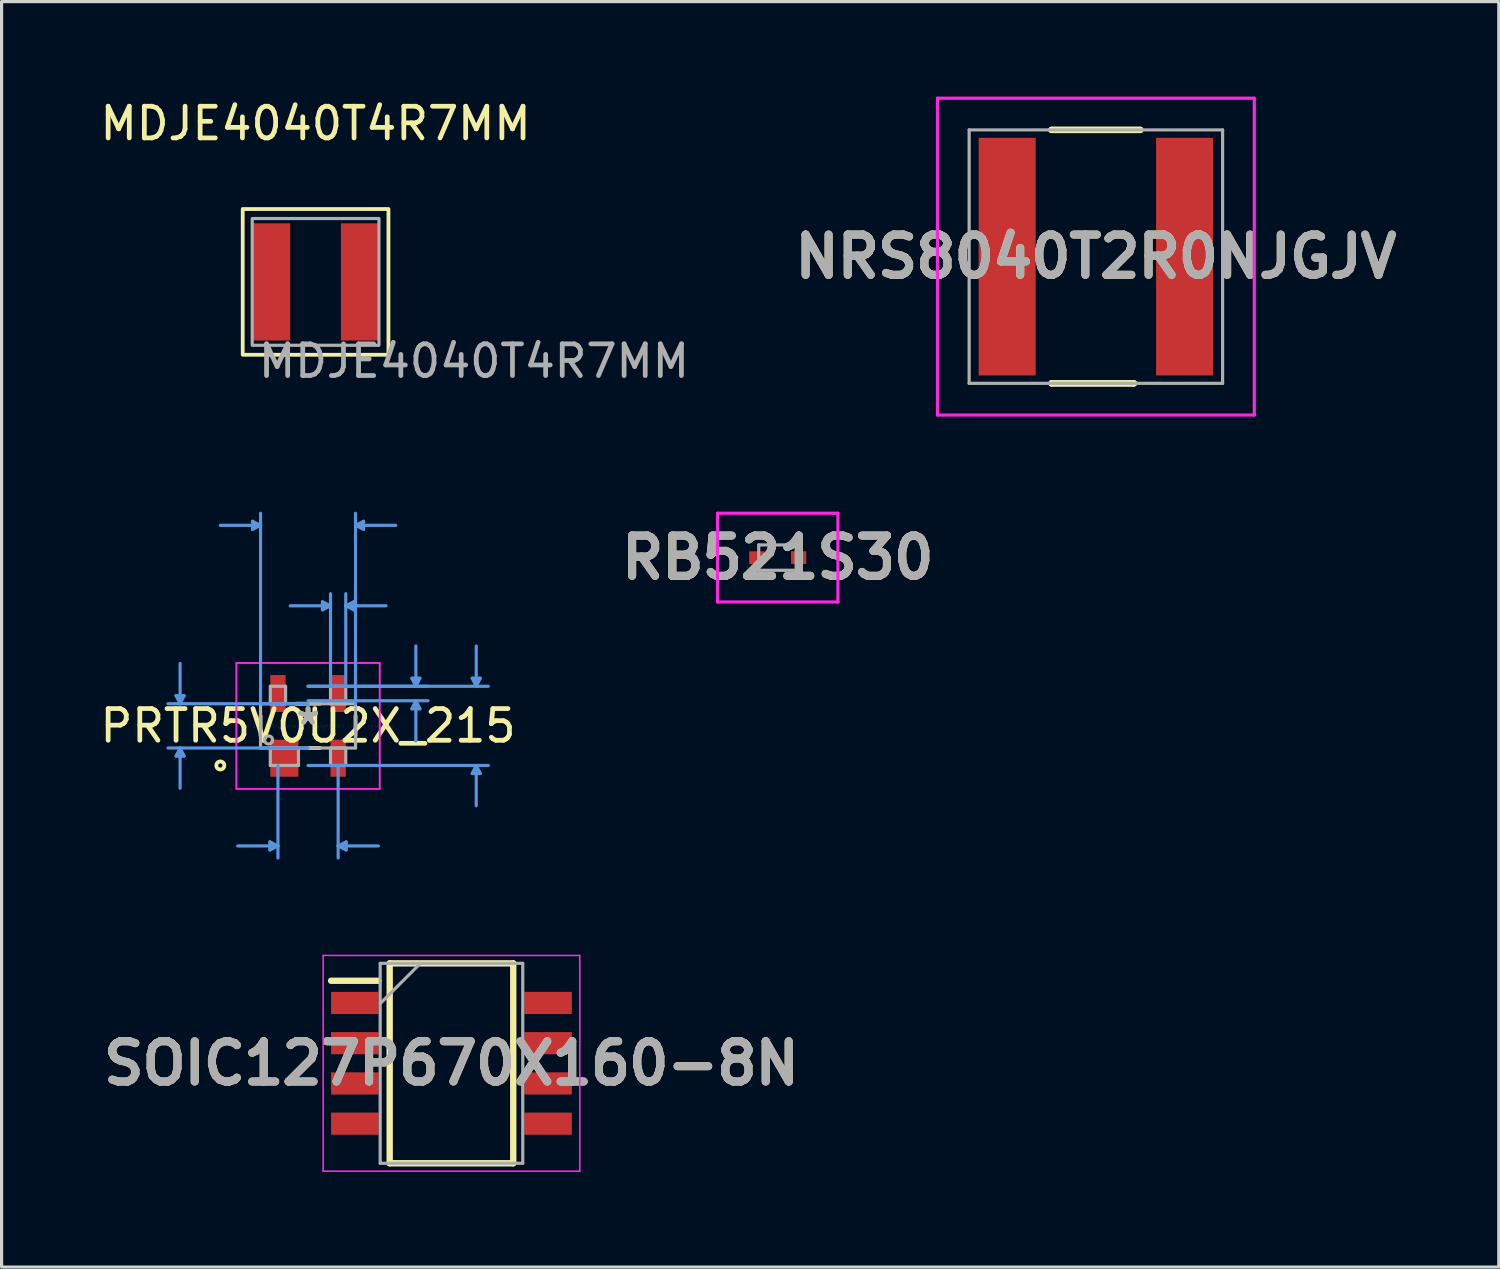
<source format=kicad_pcb>
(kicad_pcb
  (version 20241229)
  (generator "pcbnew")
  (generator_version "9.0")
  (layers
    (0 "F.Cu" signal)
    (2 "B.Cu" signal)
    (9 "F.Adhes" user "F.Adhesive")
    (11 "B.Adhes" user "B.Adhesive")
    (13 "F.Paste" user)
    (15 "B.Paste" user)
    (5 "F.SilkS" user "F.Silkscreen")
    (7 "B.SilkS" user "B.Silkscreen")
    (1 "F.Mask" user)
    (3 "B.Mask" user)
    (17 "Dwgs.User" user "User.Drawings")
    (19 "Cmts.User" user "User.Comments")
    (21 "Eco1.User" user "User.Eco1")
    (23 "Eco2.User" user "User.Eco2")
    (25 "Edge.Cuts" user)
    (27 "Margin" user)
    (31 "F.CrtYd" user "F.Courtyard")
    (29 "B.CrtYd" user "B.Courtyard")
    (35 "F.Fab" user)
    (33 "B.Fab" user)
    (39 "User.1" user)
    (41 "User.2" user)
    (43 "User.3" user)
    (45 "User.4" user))
  (footprint "RB521S30"
    (layer "F.Cu")
    (at 21.498 14.55)
    (property "Reference" "RB521S30" (at 0 0 0) (layer "F.SilkS") (effects (font (size 1.27 1.27) (thickness 0.254))))
    (attr smd)
    (fp_line (start -1.4 0) (end -1.4 0) (stroke (width 0.1) (type solid)) (layer "F.SilkS"))
    (fp_line (start -1.3 0) (end -1.3 0) (stroke (width 0.1) (type solid)) (layer "F.SilkS"))
    (fp_arc (start -1.4 0) (mid -1.35 -0.05) (end -1.3 0) (stroke (width 0.1) (type solid)) (layer "F.SilkS"))
    (fp_arc (start -1.3 0) (mid -1.35 0.05) (end -1.4 0) (stroke (width 0.1) (type solid)) (layer "F.SilkS"))
    (fp_line (start -1.9 -1.4) (end 1.9 -1.4) (stroke (width 0.1) (type solid)) (layer "F.CrtYd"))
    (fp_line (start -1.9 1.4) (end -1.9 -1.4) (stroke (width 0.1) (type solid)) (layer "F.CrtYd"))
    (fp_line (start 1.9 -1.4) (end 1.9 1.4) (stroke (width 0.1) (type solid)) (layer "F.CrtYd"))
    (fp_line (start 1.9 1.4) (end -1.9 1.4) (stroke (width 0.1) (type solid)) (layer "F.CrtYd"))
    (fp_line (start -0.6 -0.4) (end -0.6 0.4) (stroke (width 0.1) (type solid)) (layer "F.Fab"))
    (fp_line (start -0.6 0.4) (end 0.6 0.4) (stroke (width 0.1) (type solid)) (layer "F.Fab"))
    (fp_line (start 0.6 -0.4) (end -0.6 -0.4) (stroke (width 0.1) (type solid)) (layer "F.Fab"))
    (fp_line (start 0.6 0.4) (end 0.6 -0.4) (stroke (width 0.1) (type solid)) (layer "F.Fab"))
    (fp_text user "${REFERENCE}" (at 0 0 0) (layer "F.Fab") (effects (font (size 1.27 1.27) (thickness 0.254))))
    (pad "1" smd rect (at -0.66 0 90) (size 0.4 0.48) (layers "F.Cu" "F.Mask" "F.Paste"))
    (pad "2" smd rect (at 0.66 0 90) (size 0.4 0.48) (layers "F.Cu" "F.Mask" "F.Paste")))
  (footprint "SOIC127P670X160-8N"
    (layer "F.Cu")
    (at 11.2 30.512)
    (property "Reference" "SOIC127P670X160-8N" (at 0 0 0) (layer "F.SilkS") (effects (font (size 1.27 1.27) (thickness 0.254))))
    (attr smd)
    (fp_line (start -3.8 -2.605) (end -2.3 -2.605) (stroke (width 0.2) (type solid)) (layer "F.SilkS"))
    (fp_line (start -1.95 -3.155) (end 1.95 -3.155) (stroke (width 0.2) (type solid)) (layer "F.SilkS"))
    (fp_line (start -1.95 3.155) (end -1.95 -3.155) (stroke (width 0.2) (type solid)) (layer "F.SilkS"))
    (fp_line (start 1.95 -3.155) (end 1.95 3.155) (stroke (width 0.2) (type solid)) (layer "F.SilkS"))
    (fp_line (start 1.95 3.155) (end -1.95 3.155) (stroke (width 0.2) (type solid)) (layer "F.SilkS"))
    (fp_line (start -4.05 -3.405) (end 4.05 -3.405) (stroke (width 0.05) (type solid)) (layer "F.CrtYd"))
    (fp_line (start -4.05 3.405) (end -4.05 -3.405) (stroke (width 0.05) (type solid)) (layer "F.CrtYd"))
    (fp_line (start 4.05 -3.405) (end 4.05 3.405) (stroke (width 0.05) (type solid)) (layer "F.CrtYd"))
    (fp_line (start 4.05 3.405) (end -4.05 3.405) (stroke (width 0.05) (type solid)) (layer "F.CrtYd"))
    (fp_line (start -2.25 -3.155) (end 2.25 -3.155) (stroke (width 0.1) (type solid)) (layer "F.Fab"))
    (fp_line (start -2.25 -1.885) (end -0.98 -3.155) (stroke (width 0.1) (type solid)) (layer "F.Fab"))
    (fp_line (start -2.25 3.155) (end -2.25 -3.155) (stroke (width 0.1) (type solid)) (layer "F.Fab"))
    (fp_line (start 2.25 -3.155) (end 2.25 3.155) (stroke (width 0.1) (type solid)) (layer "F.Fab"))
    (fp_line (start 2.25 3.155) (end -2.25 3.155) (stroke (width 0.1) (type solid)) (layer "F.Fab"))
    (fp_text user "${REFERENCE}" (at 0 0 0) (layer "F.Fab") (effects (font (size 1.27 1.27) (thickness 0.254))))
    (pad "1" smd rect (at -3.05 -1.905 90) (size 0.7 1.5) (layers "F.Cu" "F.Mask" "F.Paste"))
    (pad "2" smd rect (at -3.05 -0.635 90) (size 0.7 1.5) (layers "F.Cu" "F.Mask" "F.Paste"))
    (pad "3" smd rect (at -3.05 0.635 90) (size 0.7 1.5) (layers "F.Cu" "F.Mask" "F.Paste"))
    (pad "4" smd rect (at -3.05 1.905 90) (size 0.7 1.5) (layers "F.Cu" "F.Mask" "F.Paste"))
    (pad "5" smd rect (at 3.05 1.905 90) (size 0.7 1.5) (layers "F.Cu" "F.Mask" "F.Paste"))
    (pad "6" smd rect (at 3.05 0.635 90) (size 0.7 1.5) (layers "F.Cu" "F.Mask" "F.Paste"))
    (pad "7" smd rect (at 3.05 -0.635 90) (size 0.7 1.5) (layers "F.Cu" "F.Mask" "F.Paste"))
    (pad "8" smd rect (at 3.05 -1.905 90) (size 0.7 1.5) (layers "F.Cu" "F.Mask" "F.Paste")))
  (footprint "MDJE4040T4R7MM"
    (layer "F.Cu")
    (at 6.911 5.848)
    (property "Reference" "MDJE4040T4R7MM" (at 0 -5 0) (unlocked yes) (layer "F.SilkS") (effects (font (size 1 1) (thickness 0.15))))
    (attr smd)
    (fp_rect (start -2.3 -2.3) (end 2.3 2.3) (stroke (width 0.12) (type solid)) (fill no) (layer "F.SilkS"))
    (fp_rect (start -2 -2) (end 2 2) (stroke (width 0.1) (type solid)) (fill no) (layer "F.Fab"))
    (fp_text user "${REFERENCE}" (at 5 2.5 0) (unlocked yes) (layer "F.Fab") (effects (font (size 1 1) (thickness 0.15))))
    (pad "1" smd rect (at -1.4 0) (size 1.2 3.7) (layers "F.Cu" "F.Mask" "F.Paste"))
    (pad "2" smd rect (at 1.4 0) (size 1.2 3.7) (layers "F.Cu" "F.Mask" "F.Paste")))
  (footprint "NRS8040T2R0NJGJV"
    (layer "F.Cu")
    (at 31.54 5.05)
    (property "Reference" "NRS8040T2R0NJGJV" (at 0 0 0) (layer "F.SilkS") (effects (font (size 1.27 1.27) (thickness 0.254))))
    (attr smd)
    (fp_line (start -1.4 -4) (end -1.4 -4) (stroke (width 0.2) (type solid)) (layer "F.SilkS"))
    (fp_line (start -1.4 -4) (end 1.4 -4) (stroke (width 0.2) (type solid)) (layer "F.SilkS"))
    (fp_line (start -1.4 4) (end -1.4 4) (stroke (width 0.2) (type solid)) (layer "F.SilkS"))
    (fp_line (start -1.4 4) (end 1.2 4) (stroke (width 0.2) (type solid)) (layer "F.SilkS"))
    (fp_line (start 1.2 4) (end -1.4 4) (stroke (width 0.2) (type solid)) (layer "F.SilkS"))
    (fp_line (start 1.2 4) (end 1.2 4) (stroke (width 0.2) (type solid)) (layer "F.SilkS"))
    (fp_line (start 1.4 -4) (end -1.4 -4) (stroke (width 0.2) (type solid)) (layer "F.SilkS"))
    (fp_line (start 1.4 -4) (end 1.4 -4) (stroke (width 0.2) (type solid)) (layer "F.SilkS"))
    (fp_line (start -5 -5) (end 5 -5) (stroke (width 0.1) (type solid)) (layer "F.CrtYd"))
    (fp_line (start -5 5) (end -5 -5) (stroke (width 0.1) (type solid)) (layer "F.CrtYd"))
    (fp_line (start 5 -5) (end 5 5) (stroke (width 0.1) (type solid)) (layer "F.CrtYd"))
    (fp_line (start 5 5) (end -5 5) (stroke (width 0.1) (type solid)) (layer "F.CrtYd"))
    (fp_line (start -4 -4) (end -4 4) (stroke (width 0.1) (type solid)) (layer "F.Fab"))
    (fp_line (start -4 4) (end 4 4) (stroke (width 0.1) (type solid)) (layer "F.Fab"))
    (fp_line (start 4 -4) (end -4 -4) (stroke (width 0.1) (type solid)) (layer "F.Fab"))
    (fp_line (start 4 4) (end 4 -4) (stroke (width 0.1) (type solid)) (layer "F.Fab"))
    (fp_text user "${REFERENCE}" (at 0 0 0) (layer "F.Fab") (effects (font (size 1.27 1.27) (thickness 0.254))))
    (pad "1" smd rect (at -2.8 0) (size 1.8 7.5) (layers "F.Cu" "F.Mask" "F.Paste"))
    (pad "2" smd rect (at 2.8 0) (size 1.8 7.5) (layers "F.Cu" "F.Mask" "F.Paste")))
  (footprint "PRTR5V0U2X_215"
    (layer "F.Cu")
    (at 6.673 19.861)
    (property "Reference" "PRTR5V0U2X_215" (at 0 0 0) (layer "F.SilkS") (effects (font (size 1 1) (thickness 0.15))))
    (attr through_hole)
    (fp_line (start -1.499 0.31) (end -1.499 -0.31) (stroke (width 0.12) (type solid)) (layer "F.SilkS"))
    (fp_line (start -0.376 -0.699) (end 0.376 -0.699) (stroke (width 0.12) (type solid)) (layer "F.SilkS"))
    (fp_line (start 0.376 0.699) (end 0.03 0.699) (stroke (width 0.12) (type solid)) (layer "F.SilkS"))
    (fp_line (start 1.499 -0.31) (end 1.499 0.31) (stroke (width 0.12) (type solid)) (layer "F.SilkS"))
    (fp_circle (center -2.769 1.25) (end -2.642 1.25) (stroke (width 0.12) (type solid)) (fill no) (layer "F.SilkS"))
    (fp_line (start -4.166 -0.953) (end -3.912 -0.953) (stroke (width 0.1) (type solid)) (layer "Cmts.User"))
    (fp_line (start -4.166 0.953) (end -3.912 0.953) (stroke (width 0.1) (type solid)) (layer "Cmts.User"))
    (fp_line (start -4.039 -0.699) (end -4.166 -0.953) (stroke (width 0.1) (type solid)) (layer "Cmts.User"))
    (fp_line (start -4.039 -0.699) (end -4.039 -1.968) (stroke (width 0.1) (type solid)) (layer "Cmts.User"))
    (fp_line (start -4.039 -0.699) (end -3.912 -0.953) (stroke (width 0.1) (type solid)) (layer "Cmts.User"))
    (fp_line (start -4.039 0.699) (end -4.166 0.953) (stroke (width 0.1) (type solid)) (layer "Cmts.User"))
    (fp_line (start -4.039 0.699) (end -4.039 1.968) (stroke (width 0.1) (type solid)) (layer "Cmts.User"))
    (fp_line (start -4.039 0.699) (end -3.912 0.953) (stroke (width 0.1) (type solid)) (layer "Cmts.User"))
    (fp_line (start -1.753 -6.457) (end -1.753 -6.203) (stroke (width 0.1) (type solid)) (layer "Cmts.User"))
    (fp_line (start -1.499 -6.33) (end -2.769 -6.33) (stroke (width 0.1) (type solid)) (layer "Cmts.User"))
    (fp_line (start -1.499 -6.33) (end -1.753 -6.457) (stroke (width 0.1) (type solid)) (layer "Cmts.User"))
    (fp_line (start -1.499 -6.33) (end -1.753 -6.203) (stroke (width 0.1) (type solid)) (layer "Cmts.User"))
    (fp_line (start -1.499 -0.699) (end -1.499 -6.711) (stroke (width 0.1) (type solid)) (layer "Cmts.User"))
    (fp_line (start -1.204 3.663) (end -1.204 3.917) (stroke (width 0.1) (type solid)) (layer "Cmts.User"))
    (fp_line (start -0.95 1.25) (end -0.95 4.171) (stroke (width 0.1) (type solid)) (layer "Cmts.User"))
    (fp_line (start -0.95 3.79) (end -2.22 3.79) (stroke (width 0.1) (type solid)) (layer "Cmts.User"))
    (fp_line (start -0.95 3.79) (end -1.204 3.663) (stroke (width 0.1) (type solid)) (layer "Cmts.User"))
    (fp_line (start -0.95 3.79) (end -1.204 3.917) (stroke (width 0.1) (type solid)) (layer "Cmts.User"))
    (fp_line (start 0 -1.25) (end 3.785 -1.25) (stroke (width 0.1) (type solid)) (layer "Cmts.User"))
    (fp_line (start 0 -1.25) (end 5.69 -1.25) (stroke (width 0.1) (type solid)) (layer "Cmts.User"))
    (fp_line (start 0 -0.793) (end 3.785 -0.793) (stroke (width 0.1) (type solid)) (layer "Cmts.User"))
    (fp_line (start 0 -0.699) (end -4.42 -0.699) (stroke (width 0.1) (type solid)) (layer "Cmts.User"))
    (fp_line (start 0 0.699) (end -4.42 0.699) (stroke (width 0.1) (type solid)) (layer "Cmts.User"))
    (fp_line (start 0 1.25) (end 5.69 1.25) (stroke (width 0.1) (type solid)) (layer "Cmts.User"))
    (fp_line (start 0.455 -3.917) (end 0.455 -3.663) (stroke (width 0.1) (type solid)) (layer "Cmts.User"))
    (fp_line (start 0.709 -3.79) (end -0.561 -3.79) (stroke (width 0.1) (type solid)) (layer "Cmts.User"))
    (fp_line (start 0.709 -3.79) (end 0.455 -3.917) (stroke (width 0.1) (type solid)) (layer "Cmts.User"))
    (fp_line (start 0.709 -3.79) (end 0.455 -3.663) (stroke (width 0.1) (type solid)) (layer "Cmts.User"))
    (fp_line (start 0.709 -1.25) (end 0.709 -4.171) (stroke (width 0.1) (type solid)) (layer "Cmts.User"))
    (fp_line (start 0.95 1.25) (end 0.95 4.171) (stroke (width 0.1) (type solid)) (layer "Cmts.User"))
    (fp_line (start 0.95 3.79) (end 1.204 3.663) (stroke (width 0.1) (type solid)) (layer "Cmts.User"))
    (fp_line (start 0.95 3.79) (end 1.204 3.917) (stroke (width 0.1) (type solid)) (layer "Cmts.User"))
    (fp_line (start 0.95 3.79) (end 2.22 3.79) (stroke (width 0.1) (type solid)) (layer "Cmts.User"))
    (fp_line (start 1.191 -3.79) (end 1.445 -3.917) (stroke (width 0.1) (type solid)) (layer "Cmts.User"))
    (fp_line (start 1.191 -3.79) (end 1.445 -3.663) (stroke (width 0.1) (type solid)) (layer "Cmts.User"))
    (fp_line (start 1.191 -3.79) (end 2.461 -3.79) (stroke (width 0.1) (type solid)) (layer "Cmts.User"))
    (fp_line (start 1.191 -1.25) (end 1.191 -4.171) (stroke (width 0.1) (type solid)) (layer "Cmts.User"))
    (fp_line (start 1.204 3.663) (end 1.204 3.917) (stroke (width 0.1) (type solid)) (layer "Cmts.User"))
    (fp_line (start 1.445 -3.917) (end 1.445 -3.663) (stroke (width 0.1) (type solid)) (layer "Cmts.User"))
    (fp_line (start 1.499 -6.33) (end 1.753 -6.457) (stroke (width 0.1) (type solid)) (layer "Cmts.User"))
    (fp_line (start 1.499 -6.33) (end 1.753 -6.203) (stroke (width 0.1) (type solid)) (layer "Cmts.User"))
    (fp_line (start 1.499 -6.33) (end 2.769 -6.33) (stroke (width 0.1) (type solid)) (layer "Cmts.User"))
    (fp_line (start 1.499 -0.699) (end 1.499 -6.711) (stroke (width 0.1) (type solid)) (layer "Cmts.User"))
    (fp_line (start 1.753 -6.457) (end 1.753 -6.203) (stroke (width 0.1) (type solid)) (layer "Cmts.User"))
    (fp_line (start 3.277 -1.504) (end 3.531 -1.504) (stroke (width 0.1) (type solid)) (layer "Cmts.User"))
    (fp_line (start 3.277 -0.539) (end 3.531 -0.539) (stroke (width 0.1) (type solid)) (layer "Cmts.User"))
    (fp_line (start 3.404 -1.25) (end 3.277 -1.504) (stroke (width 0.1) (type solid)) (layer "Cmts.User"))
    (fp_line (start 3.404 -1.25) (end 3.404 -2.52) (stroke (width 0.1) (type solid)) (layer "Cmts.User"))
    (fp_line (start 3.404 -1.25) (end 3.531 -1.504) (stroke (width 0.1) (type solid)) (layer "Cmts.User"))
    (fp_line (start 3.404 -0.793) (end 3.277 -0.539) (stroke (width 0.1) (type solid)) (layer "Cmts.User"))
    (fp_line (start 3.404 -0.793) (end 3.404 0.477) (stroke (width 0.1) (type solid)) (layer "Cmts.User"))
    (fp_line (start 3.404 -0.793) (end 3.531 -0.539) (stroke (width 0.1) (type solid)) (layer "Cmts.User"))
    (fp_line (start 5.182 -1.504) (end 5.436 -1.504) (stroke (width 0.1) (type solid)) (layer "Cmts.User"))
    (fp_line (start 5.182 1.504) (end 5.436 1.504) (stroke (width 0.1) (type solid)) (layer "Cmts.User"))
    (fp_line (start 5.309 -1.25) (end 5.182 -1.504) (stroke (width 0.1) (type solid)) (layer "Cmts.User"))
    (fp_line (start 5.309 -1.25) (end 5.309 -2.52) (stroke (width 0.1) (type solid)) (layer "Cmts.User"))
    (fp_line (start 5.309 -1.25) (end 5.436 -1.504) (stroke (width 0.1) (type solid)) (layer "Cmts.User"))
    (fp_line (start 5.309 1.25) (end 5.182 1.504) (stroke (width 0.1) (type solid)) (layer "Cmts.User"))
    (fp_line (start 5.309 1.25) (end 5.309 2.52) (stroke (width 0.1) (type solid)) (layer "Cmts.User"))
    (fp_line (start 5.309 1.25) (end 5.436 1.504) (stroke (width 0.1) (type solid)) (layer "Cmts.User"))
    (fp_line (start -2.261 -1.987) (end 2.261 -1.987) (stroke (width 0.05) (type solid)) (layer "F.CrtYd"))
    (fp_line (start -2.261 -1.987) (end 2.261 -1.987) (stroke (width 0.05) (type solid)) (layer "F.CrtYd"))
    (fp_line (start -2.261 1.987) (end -2.261 -1.987) (stroke (width 0.05) (type solid)) (layer "F.CrtYd"))
    (fp_line (start -2.261 1.987) (end -2.261 -1.987) (stroke (width 0.05) (type solid)) (layer "F.CrtYd"))
    (fp_line (start 2.261 -1.987) (end 2.261 1.987) (stroke (width 0.05) (type solid)) (layer "F.CrtYd"))
    (fp_line (start 2.261 -1.987) (end 2.261 1.987) (stroke (width 0.05) (type solid)) (layer "F.CrtYd"))
    (fp_line (start 2.261 1.987) (end -2.261 1.987) (stroke (width 0.05) (type solid)) (layer "F.CrtYd"))
    (fp_line (start 2.261 1.987) (end -2.261 1.987) (stroke (width 0.05) (type solid)) (layer "F.CrtYd"))
    (fp_line (start -1.499 -0.699) (end 1.499 -0.699) (stroke (width 0.1) (type solid)) (layer "F.Fab"))
    (fp_line (start -1.499 0.699) (end -1.499 -0.699) (stroke (width 0.1) (type solid)) (layer "F.Fab"))
    (fp_line (start -1.191 -1.25) (end -1.191 -0.699) (stroke (width 0.1) (type solid)) (layer "F.Fab"))
    (fp_line (start -1.191 -0.699) (end -0.709 -0.699) (stroke (width 0.1) (type solid)) (layer "F.Fab"))
    (fp_line (start -1.191 0.699) (end -1.191 1.25) (stroke (width 0.1) (type solid)) (layer "F.Fab"))
    (fp_line (start -1.191 1.25) (end -0.302 1.25) (stroke (width 0.1) (type solid)) (layer "F.Fab"))
    (fp_line (start -0.709 -1.25) (end -1.191 -1.25) (stroke (width 0.1) (type solid)) (layer "F.Fab"))
    (fp_line (start -0.709 -0.699) (end -0.709 -1.25) (stroke (width 0.1) (type solid)) (layer "F.Fab"))
    (fp_line (start -0.302 0.699) (end -1.191 0.699) (stroke (width 0.1) (type solid)) (layer "F.Fab"))
    (fp_line (start -0.302 1.25) (end -0.302 0.699) (stroke (width 0.1) (type solid)) (layer "F.Fab"))
    (fp_line (start 0.709 -1.25) (end 0.709 -0.699) (stroke (width 0.1) (type solid)) (layer "F.Fab"))
    (fp_line (start 0.709 -0.699) (end 1.191 -0.699) (stroke (width 0.1) (type solid)) (layer "F.Fab"))
    (fp_line (start 0.709 0.699) (end 0.709 1.25) (stroke (width 0.1) (type solid)) (layer "F.Fab"))
    (fp_line (start 0.709 1.25) (end 1.191 1.25) (stroke (width 0.1) (type solid)) (layer "F.Fab"))
    (fp_line (start 1.191 -1.25) (end 0.709 -1.25) (stroke (width 0.1) (type solid)) (layer "F.Fab"))
    (fp_line (start 1.191 -0.699) (end 1.191 -1.25) (stroke (width 0.1) (type solid)) (layer "F.Fab"))
    (fp_line (start 1.191 0.699) (end 0.709 0.699) (stroke (width 0.1) (type solid)) (layer "F.Fab"))
    (fp_line (start 1.191 1.25) (end 1.191 0.699) (stroke (width 0.1) (type solid)) (layer "F.Fab"))
    (fp_line (start 1.499 -0.699) (end 1.499 0.699) (stroke (width 0.1) (type solid)) (layer "F.Fab"))
    (fp_line (start 1.499 0.699) (end -1.499 0.699) (stroke (width 0.1) (type solid)) (layer "F.Fab"))
    (fp_circle (center -1.245 0.445) (end -1.118 0.445) (stroke (width 0.1) (type solid)) (fill no) (layer "F.Fab"))
    (fp_text user "*" (at 0 0 0) (layer "F.SilkS") (effects (font (size 1 1) (thickness 0.15))))
    (fp_text user "Copyright 2021 Accelerated Designs. All rights reserved." (at 0 0 0) (layer "Cmts.User") (effects (font (size 0.127 0.127) (thickness 0.002))))
    (fp_text user "*" (at 0 0 0) (layer "F.Fab") (effects (font (size 1 1) (thickness 0.15))))
    (pad "1" smd rect (at -0.747 1.021) (size 0.889 1.168) (layers "F.Cu" "F.Mask" "F.Paste"))
    (pad "2" smd rect (at 0.95 1.021) (size 0.483 1.168) (layers "F.Cu" "F.Mask" "F.Paste"))
    (pad "3" smd rect (at 0.95 -1.021) (size 0.483 1.168) (layers "F.Cu" "F.Mask" "F.Paste"))
    (pad "4" smd rect (at -0.95 -1.021) (size 0.483 1.168) (layers "F.Cu" "F.Mask" "F.Paste")))
  (gr_rect
    (start -3 -3)
    (end 44.258 36.942)
    (stroke (width 0.1) (type default))
    (fill no)
    (layer "Edge.Cuts")))
</source>
